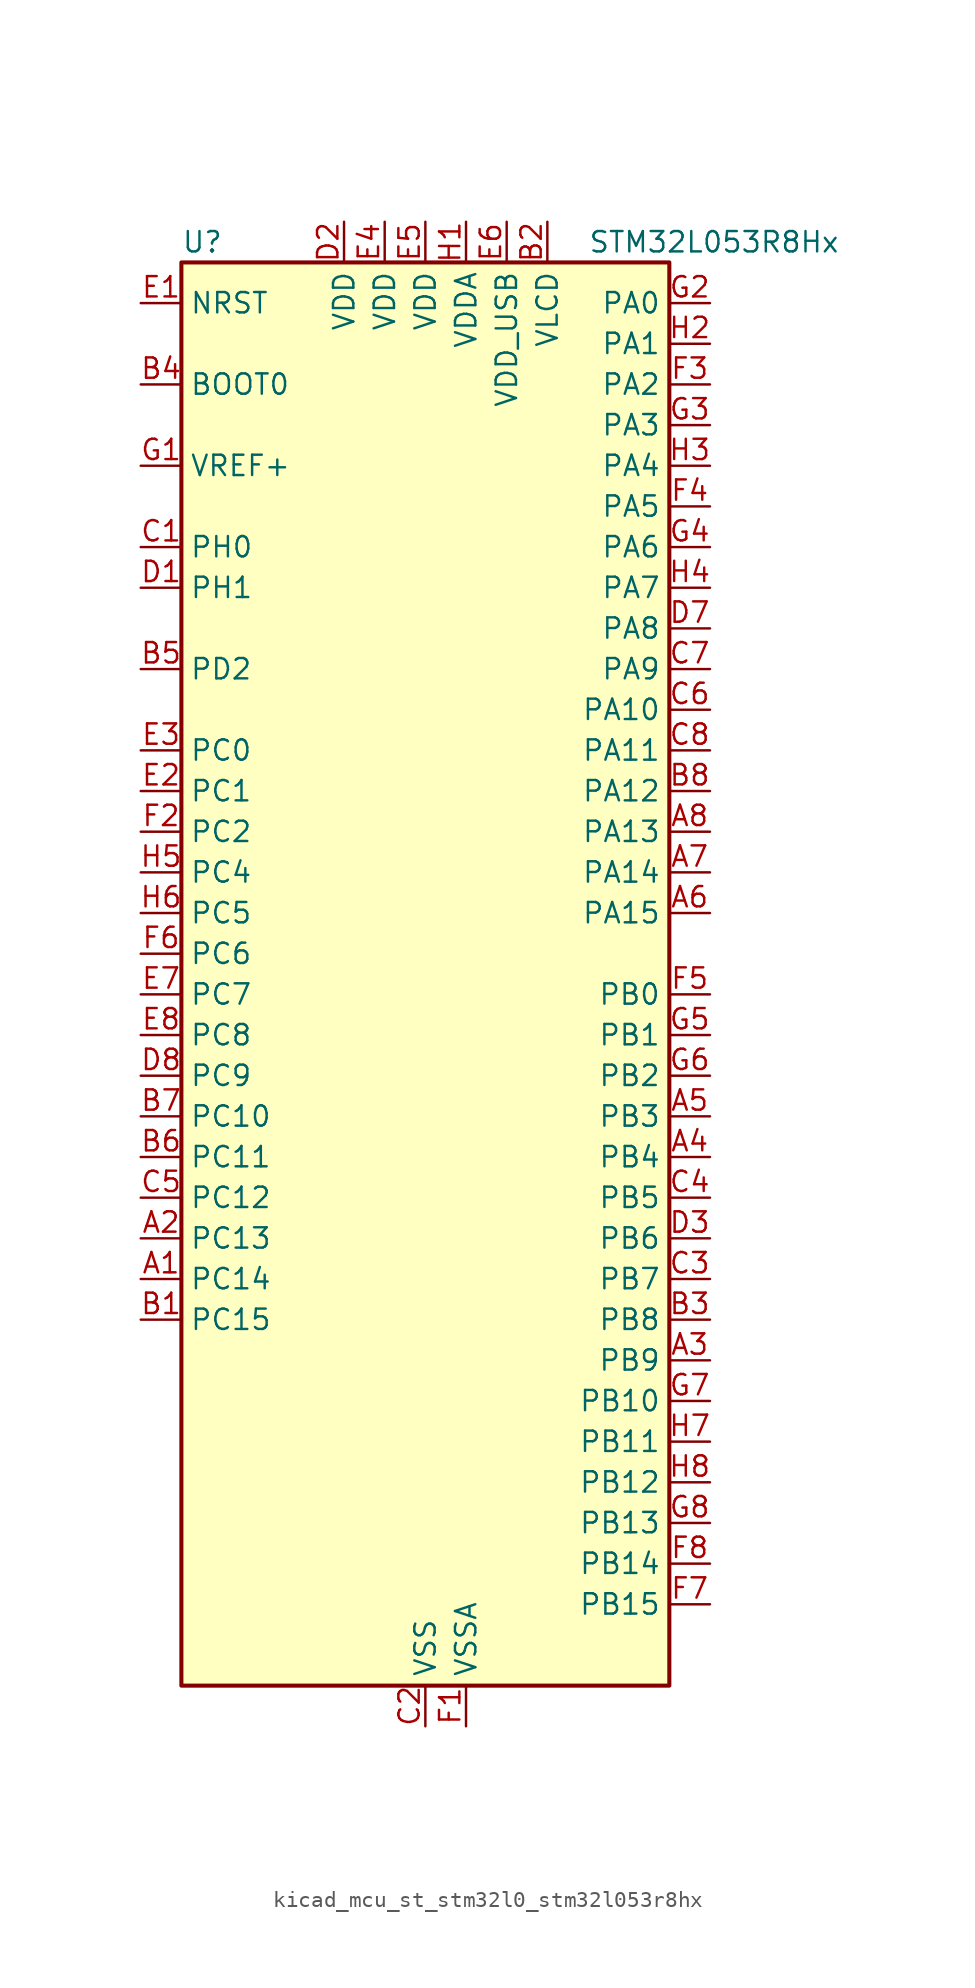
<source format=kicad_sym>
(kicad_symbol_lib
  (version 20220914)
  (generator kicad_symbol_editor)
  (symbol "kicad_mcu_st_stm32l0_stm32l053r8hx"
    (property "Reference" "U"
      (at -15.24 46.99 0)
      (effects (font (size 1.27 1.27)) (justify left)))
    (property "Value" "STM32L053R8Hx"
      (at 10.16 46.99 0)
      (effects (font (size 1.27 1.27)) (justify left)))
    (property "ki_locked" ""
      (at 0 0 0)
      (effects (font (size 1.27 1.27))))
    (symbol "kicad_mcu_st_stm32l0_stm32l053r8hx_0_1"
      (rectangle (start -15.24 -43.18) (end 15.24 45.72) (stroke (width 0.254) (type default)) (fill (type background))))
    (symbol "kicad_mcu_st_stm32l0_stm32l053r8hx_1_1"
      (pin bidirectional line (at -17.78 -17.78 0) (length 2.54) (name "PC14" (effects (font (size 1.27 1.27)))) (number "A1" (effects (font (size 1.27 1.27)))) (alternate "RCC_OSC32_IN" bidirectional line))
      (pin bidirectional line (at -17.78 -15.24 0) (length 2.54) (name "PC13" (effects (font (size 1.27 1.27)))) (number "A2" (effects (font (size 1.27 1.27)))) (alternate "RTC_OUT_ALARM" bidirectional line) (alternate "RTC_OUT_CALIB" bidirectional line) (alternate "RTC_TAMP1" bidirectional line) (alternate "RTC_TS" bidirectional line) (alternate "SYS_WKUP2" bidirectional line))
      (pin bidirectional line (at 17.78 -22.86 180) (length 2.54) (name "PB9" (effects (font (size 1.27 1.27)))) (number "A3" (effects (font (size 1.27 1.27)))) (alternate "DAC_EXTI9" bidirectional line) (alternate "I2C1_SDA" bidirectional line) (alternate "I2S2_WS" bidirectional line) (alternate "LCD_COM3" bidirectional line) (alternate "SPI2_NSS" bidirectional line))
      (pin bidirectional line (at 17.78 -10.16 180) (length 2.54) (name "PB4" (effects (font (size 1.27 1.27)))) (number "A4" (effects (font (size 1.27 1.27)))) (alternate "COMP2_INP" bidirectional line) (alternate "LCD_SEG8" bidirectional line) (alternate "SPI1_MISO" bidirectional line) (alternate "TIM22_CH1" bidirectional line) (alternate "TSC_G5_IO2" bidirectional line))
      (pin bidirectional line (at 17.78 -7.62 180) (length 2.54) (name "PB3" (effects (font (size 1.27 1.27)))) (number "A5" (effects (font (size 1.27 1.27)))) (alternate "COMP2_INM" bidirectional line) (alternate "LCD_SEG7" bidirectional line) (alternate "SPI1_SCK" bidirectional line) (alternate "TIM2_CH2" bidirectional line) (alternate "TSC_G5_IO1" bidirectional line))
      (pin bidirectional line (at 17.78 5.08 180) (length 2.54) (name "PA15" (effects (font (size 1.27 1.27)))) (number "A6" (effects (font (size 1.27 1.27)))) (alternate "LCD_SEG17" bidirectional line) (alternate "SPI1_NSS" bidirectional line) (alternate "TIM2_CH1" bidirectional line) (alternate "TIM2_ETR" bidirectional line) (alternate "USART2_RX" bidirectional line))
      (pin bidirectional line (at 17.78 7.62 180) (length 2.54) (name "PA14" (effects (font (size 1.27 1.27)))) (number "A7" (effects (font (size 1.27 1.27)))) (alternate "SYS_SWCLK" bidirectional line) (alternate "USART2_TX" bidirectional line))
      (pin bidirectional line (at 17.78 10.16 180) (length 2.54) (name "PA13" (effects (font (size 1.27 1.27)))) (number "A8" (effects (font (size 1.27 1.27)))) (alternate "SYS_SWDIO" bidirectional line) (alternate "USB_NOE" bidirectional line))
      (pin bidirectional line (at -17.78 -20.32 0) (length 2.54) (name "PC15" (effects (font (size 1.27 1.27)))) (number "B1" (effects (font (size 1.27 1.27)))) (alternate "RCC_OSC32_OUT" bidirectional line))
      (pin power_in line (at 7.62 48.26 270) (length 2.54) (name "VLCD" (effects (font (size 1.27 1.27)))) (number "B2" (effects (font (size 1.27 1.27)))))
      (pin bidirectional line (at 17.78 -20.32 180) (length 2.54) (name "PB8" (effects (font (size 1.27 1.27)))) (number "B3" (effects (font (size 1.27 1.27)))) (alternate "I2C1_SCL" bidirectional line) (alternate "LCD_SEG16" bidirectional line) (alternate "TSC_SYNC" bidirectional line))
      (pin input line (at -17.78 38.1 0) (length 2.54) (name "BOOT0" (effects (font (size 1.27 1.27)))) (number "B4" (effects (font (size 1.27 1.27)))))
      (pin bidirectional line (at -17.78 20.32 0) (length 2.54) (name "PD2" (effects (font (size 1.27 1.27)))) (number "B5" (effects (font (size 1.27 1.27)))) (alternate "LCD_COM7" bidirectional line) (alternate "LCD_SEG31" bidirectional line) (alternate "LPUART1_DE" bidirectional line) (alternate "LPUART1_RTS" bidirectional line))
      (pin bidirectional line (at -17.78 -10.16 0) (length 2.54) (name "PC11" (effects (font (size 1.27 1.27)))) (number "B6" (effects (font (size 1.27 1.27)))) (alternate "ADC_EXTI11" bidirectional line) (alternate "LCD_COM5" bidirectional line) (alternate "LCD_SEG29" bidirectional line) (alternate "LPUART1_RX" bidirectional line))
      (pin bidirectional line (at -17.78 -7.62 0) (length 2.54) (name "PC10" (effects (font (size 1.27 1.27)))) (number "B7" (effects (font (size 1.27 1.27)))) (alternate "LCD_COM4" bidirectional line) (alternate "LCD_SEG28" bidirectional line) (alternate "LPUART1_TX" bidirectional line))
      (pin bidirectional line (at 17.78 12.7 180) (length 2.54) (name "PA12" (effects (font (size 1.27 1.27)))) (number "B8" (effects (font (size 1.27 1.27)))) (alternate "COMP2_OUT" bidirectional line) (alternate "SPI1_MOSI" bidirectional line) (alternate "TSC_G4_IO4" bidirectional line) (alternate "USART1_DE" bidirectional line) (alternate "USART1_RTS" bidirectional line) (alternate "USB_DP" bidirectional line))
      (pin bidirectional line (at -17.78 27.94 0) (length 2.54) (name "PH0" (effects (font (size 1.27 1.27)))) (number "C1" (effects (font (size 1.27 1.27)))) (alternate "CRS_SYNC" bidirectional line) (alternate "RCC_OSC_IN" bidirectional line))
      (pin power_in line (at 0 -45.72 90) (length 2.54) (name "VSS" (effects (font (size 1.27 1.27)))) (number "C2" (effects (font (size 1.27 1.27)))))
      (pin bidirectional line (at 17.78 -17.78 180) (length 2.54) (name "PB7" (effects (font (size 1.27 1.27)))) (number "C3" (effects (font (size 1.27 1.27)))) (alternate "COMP2_INP" bidirectional line) (alternate "I2C1_SDA" bidirectional line) (alternate "LPTIM1_IN2" bidirectional line) (alternate "SYS_PVD_IN" bidirectional line) (alternate "TSC_G5_IO4" bidirectional line) (alternate "USART1_RX" bidirectional line))
      (pin bidirectional line (at 17.78 -12.7 180) (length 2.54) (name "PB5" (effects (font (size 1.27 1.27)))) (number "C4" (effects (font (size 1.27 1.27)))) (alternate "COMP2_INP" bidirectional line) (alternate "I2C1_SMBA" bidirectional line) (alternate "LCD_SEG9" bidirectional line) (alternate "LPTIM1_IN1" bidirectional line) (alternate "SPI1_MOSI" bidirectional line) (alternate "TIM22_CH2" bidirectional line))
      (pin bidirectional line (at -17.78 -12.7 0) (length 2.54) (name "PC12" (effects (font (size 1.27 1.27)))) (number "C5" (effects (font (size 1.27 1.27)))) (alternate "LCD_COM6" bidirectional line) (alternate "LCD_SEG30" bidirectional line))
      (pin bidirectional line (at 17.78 17.78 180) (length 2.54) (name "PA10" (effects (font (size 1.27 1.27)))) (number "C6" (effects (font (size 1.27 1.27)))) (alternate "LCD_COM2" bidirectional line) (alternate "TSC_G4_IO2" bidirectional line) (alternate "USART1_RX" bidirectional line))
      (pin bidirectional line (at 17.78 20.32 180) (length 2.54) (name "PA9" (effects (font (size 1.27 1.27)))) (number "C7" (effects (font (size 1.27 1.27)))) (alternate "DAC_EXTI9" bidirectional line) (alternate "LCD_COM1" bidirectional line) (alternate "RCC_MCO" bidirectional line) (alternate "TSC_G4_IO1" bidirectional line) (alternate "USART1_TX" bidirectional line))
      (pin bidirectional line (at 17.78 15.24 180) (length 2.54) (name "PA11" (effects (font (size 1.27 1.27)))) (number "C8" (effects (font (size 1.27 1.27)))) (alternate "ADC_EXTI11" bidirectional line) (alternate "COMP1_OUT" bidirectional line) (alternate "SPI1_MISO" bidirectional line) (alternate "TSC_G4_IO3" bidirectional line) (alternate "USART1_CTS" bidirectional line) (alternate "USB_DM" bidirectional line))
      (pin bidirectional line (at -17.78 25.4 0) (length 2.54) (name "PH1" (effects (font (size 1.27 1.27)))) (number "D1" (effects (font (size 1.27 1.27)))) (alternate "RCC_OSC_OUT" bidirectional line))
      (pin power_in line (at -5.08 48.26 270) (length 2.54) (name "VDD" (effects (font (size 1.27 1.27)))) (number "D2" (effects (font (size 1.27 1.27)))))
      (pin bidirectional line (at 17.78 -15.24 180) (length 2.54) (name "PB6" (effects (font (size 1.27 1.27)))) (number "D3" (effects (font (size 1.27 1.27)))) (alternate "COMP2_INP" bidirectional line) (alternate "I2C1_SCL" bidirectional line) (alternate "LPTIM1_ETR" bidirectional line) (alternate "TSC_G5_IO3" bidirectional line) (alternate "USART1_TX" bidirectional line))
      (pin passive line (at 0 -45.72 90) (length 2.54) hide (name "VSS" (effects (font (size 1.27 1.27)))) (number "D4" (effects (font (size 1.27 1.27)))))
      (pin passive line (at 0 -45.72 90) (length 2.54) hide (name "VSS" (effects (font (size 1.27 1.27)))) (number "D5" (effects (font (size 1.27 1.27)))))
      (pin passive line (at 0 -45.72 90) (length 2.54) hide (name "VSS" (effects (font (size 1.27 1.27)))) (number "D6" (effects (font (size 1.27 1.27)))))
      (pin bidirectional line (at 17.78 22.86 180) (length 2.54) (name "PA8" (effects (font (size 1.27 1.27)))) (number "D7" (effects (font (size 1.27 1.27)))) (alternate "CRS_SYNC" bidirectional line) (alternate "LCD_COM0" bidirectional line) (alternate "RCC_MCO" bidirectional line) (alternate "USART1_CK" bidirectional line))
      (pin bidirectional line (at -17.78 -5.08 0) (length 2.54) (name "PC9" (effects (font (size 1.27 1.27)))) (number "D8" (effects (font (size 1.27 1.27)))) (alternate "DAC_EXTI9" bidirectional line) (alternate "LCD_SEG27" bidirectional line) (alternate "TIM21_ETR" bidirectional line) (alternate "TSC_G8_IO4" bidirectional line) (alternate "USB_NOE" bidirectional line))
      (pin input line (at -17.78 43.18 0) (length 2.54) (name "NRST" (effects (font (size 1.27 1.27)))) (number "E1" (effects (font (size 1.27 1.27)))))
      (pin bidirectional line (at -17.78 12.7 0) (length 2.54) (name "PC1" (effects (font (size 1.27 1.27)))) (number "E2" (effects (font (size 1.27 1.27)))) (alternate "ADC_IN11" bidirectional line) (alternate "LCD_SEG19" bidirectional line) (alternate "LPTIM1_OUT" bidirectional line) (alternate "TSC_G7_IO2" bidirectional line))
      (pin bidirectional line (at -17.78 15.24 0) (length 2.54) (name "PC0" (effects (font (size 1.27 1.27)))) (number "E3" (effects (font (size 1.27 1.27)))) (alternate "ADC_IN10" bidirectional line) (alternate "LCD_SEG18" bidirectional line) (alternate "LPTIM1_IN1" bidirectional line) (alternate "TSC_G7_IO1" bidirectional line))
      (pin power_in line (at -2.54 48.26 270) (length 2.54) (name "VDD" (effects (font (size 1.27 1.27)))) (number "E4" (effects (font (size 1.27 1.27)))))
      (pin power_in line (at 0 48.26 270) (length 2.54) (name "VDD" (effects (font (size 1.27 1.27)))) (number "E5" (effects (font (size 1.27 1.27)))))
      (pin power_in line (at 5.08 48.26 270) (length 2.54) (name "VDD_USB" (effects (font (size 1.27 1.27)))) (number "E6" (effects (font (size 1.27 1.27)))))
      (pin bidirectional line (at -17.78 0 0) (length 2.54) (name "PC7" (effects (font (size 1.27 1.27)))) (number "E7" (effects (font (size 1.27 1.27)))) (alternate "LCD_SEG25" bidirectional line) (alternate "TIM22_CH2" bidirectional line) (alternate "TSC_G8_IO2" bidirectional line))
      (pin bidirectional line (at -17.78 -2.54 0) (length 2.54) (name "PC8" (effects (font (size 1.27 1.27)))) (number "E8" (effects (font (size 1.27 1.27)))) (alternate "LCD_SEG26" bidirectional line) (alternate "TIM22_ETR" bidirectional line) (alternate "TSC_G8_IO3" bidirectional line))
      (pin power_in line (at 2.54 -45.72 90) (length 2.54) (name "VSSA" (effects (font (size 1.27 1.27)))) (number "F1" (effects (font (size 1.27 1.27)))))
      (pin bidirectional line (at -17.78 10.16 0) (length 2.54) (name "PC2" (effects (font (size 1.27 1.27)))) (number "F2" (effects (font (size 1.27 1.27)))) (alternate "ADC_IN12" bidirectional line) (alternate "I2S2_MCK" bidirectional line) (alternate "LCD_SEG20" bidirectional line) (alternate "LPTIM1_IN2" bidirectional line) (alternate "SPI2_MISO" bidirectional line) (alternate "TSC_G7_IO3" bidirectional line))
      (pin bidirectional line (at 17.78 38.1 180) (length 2.54) (name "PA2" (effects (font (size 1.27 1.27)))) (number "F3" (effects (font (size 1.27 1.27)))) (alternate "ADC_IN2" bidirectional line) (alternate "COMP2_INM" bidirectional line) (alternate "COMP2_OUT" bidirectional line) (alternate "LCD_SEG1" bidirectional line) (alternate "TIM21_CH1" bidirectional line) (alternate "TIM2_CH3" bidirectional line) (alternate "TSC_G1_IO3" bidirectional line) (alternate "USART2_TX" bidirectional line))
      (pin bidirectional line (at 17.78 30.48 180) (length 2.54) (name "PA5" (effects (font (size 1.27 1.27)))) (number "F4" (effects (font (size 1.27 1.27)))) (alternate "ADC_IN5" bidirectional line) (alternate "COMP1_INM" bidirectional line) (alternate "COMP2_INM" bidirectional line) (alternate "SPI1_SCK" bidirectional line) (alternate "TIM2_CH1" bidirectional line) (alternate "TIM2_ETR" bidirectional line) (alternate "TSC_G2_IO2" bidirectional line))
      (pin bidirectional line (at 17.78 0 180) (length 2.54) (name "PB0" (effects (font (size 1.27 1.27)))) (number "F5" (effects (font (size 1.27 1.27)))) (alternate "ADC_IN8" bidirectional line) (alternate "LCD_SEG5" bidirectional line) (alternate "LCD_VLCD3" bidirectional line) (alternate "SYS_VREF_OUT_PB0" bidirectional line) (alternate "TSC_G3_IO2" bidirectional line))
      (pin bidirectional line (at -17.78 2.54 0) (length 2.54) (name "PC6" (effects (font (size 1.27 1.27)))) (number "F6" (effects (font (size 1.27 1.27)))) (alternate "LCD_SEG24" bidirectional line) (alternate "TIM22_CH1" bidirectional line) (alternate "TSC_G8_IO1" bidirectional line))
      (pin bidirectional line (at 17.78 -38.1 180) (length 2.54) (name "PB15" (effects (font (size 1.27 1.27)))) (number "F7" (effects (font (size 1.27 1.27)))) (alternate "I2S2_SD" bidirectional line) (alternate "LCD_SEG15" bidirectional line) (alternate "RTC_REFIN" bidirectional line) (alternate "SPI2_MOSI" bidirectional line))
      (pin bidirectional line (at 17.78 -35.56 180) (length 2.54) (name "PB14" (effects (font (size 1.27 1.27)))) (number "F8" (effects (font (size 1.27 1.27)))) (alternate "I2C2_SDA" bidirectional line) (alternate "I2S2_MCK" bidirectional line) (alternate "LCD_SEG14" bidirectional line) (alternate "LPUART1_DE" bidirectional line) (alternate "LPUART1_RTS" bidirectional line) (alternate "RTC_OUT_ALARM" bidirectional line) (alternate "RTC_OUT_CALIB" bidirectional line) (alternate "SPI2_MISO" bidirectional line) (alternate "TIM21_CH2" bidirectional line) (alternate "TSC_G6_IO4" bidirectional line))
      (pin input line (at -17.78 33.02 0) (length 2.54) (name "VREF+" (effects (font (size 1.27 1.27)))) (number "G1" (effects (font (size 1.27 1.27)))))
      (pin bidirectional line (at 17.78 43.18 180) (length 2.54) (name "PA0" (effects (font (size 1.27 1.27)))) (number "G2" (effects (font (size 1.27 1.27)))) (alternate "ADC_IN0" bidirectional line) (alternate "COMP1_INM" bidirectional line) (alternate "COMP1_OUT" bidirectional line) (alternate "RTC_TAMP2" bidirectional line) (alternate "SYS_WKUP1" bidirectional line) (alternate "TIM2_CH1" bidirectional line) (alternate "TIM2_ETR" bidirectional line) (alternate "TSC_G1_IO1" bidirectional line) (alternate "USART2_CTS" bidirectional line))
      (pin bidirectional line (at 17.78 35.56 180) (length 2.54) (name "PA3" (effects (font (size 1.27 1.27)))) (number "G3" (effects (font (size 1.27 1.27)))) (alternate "ADC_IN3" bidirectional line) (alternate "COMP2_INP" bidirectional line) (alternate "LCD_SEG2" bidirectional line) (alternate "TIM21_CH2" bidirectional line) (alternate "TIM2_CH4" bidirectional line) (alternate "TSC_G1_IO4" bidirectional line) (alternate "USART2_RX" bidirectional line))
      (pin bidirectional line (at 17.78 27.94 180) (length 2.54) (name "PA6" (effects (font (size 1.27 1.27)))) (number "G4" (effects (font (size 1.27 1.27)))) (alternate "ADC_IN6" bidirectional line) (alternate "COMP1_OUT" bidirectional line) (alternate "LCD_SEG3" bidirectional line) (alternate "LPUART1_CTS" bidirectional line) (alternate "SPI1_MISO" bidirectional line) (alternate "TIM22_CH1" bidirectional line) (alternate "TSC_G2_IO3" bidirectional line))
      (pin bidirectional line (at 17.78 -2.54 180) (length 2.54) (name "PB1" (effects (font (size 1.27 1.27)))) (number "G5" (effects (font (size 1.27 1.27)))) (alternate "ADC_IN9" bidirectional line) (alternate "LCD_SEG6" bidirectional line) (alternate "LPUART1_DE" bidirectional line) (alternate "LPUART1_RTS" bidirectional line) (alternate "SYS_VREF_OUT_PB1" bidirectional line) (alternate "TSC_G3_IO3" bidirectional line))
      (pin bidirectional line (at 17.78 -5.08 180) (length 2.54) (name "PB2" (effects (font (size 1.27 1.27)))) (number "G6" (effects (font (size 1.27 1.27)))) (alternate "LCD_VLCD1" bidirectional line) (alternate "LPTIM1_OUT" bidirectional line) (alternate "TSC_G3_IO4" bidirectional line))
      (pin bidirectional line (at 17.78 -25.4 180) (length 2.54) (name "PB10" (effects (font (size 1.27 1.27)))) (number "G7" (effects (font (size 1.27 1.27)))) (alternate "I2C2_SCL" bidirectional line) (alternate "LCD_SEG10" bidirectional line) (alternate "LPUART1_TX" bidirectional line) (alternate "SPI2_SCK" bidirectional line) (alternate "TIM2_CH3" bidirectional line) (alternate "TSC_SYNC" bidirectional line))
      (pin bidirectional line (at 17.78 -33.02 180) (length 2.54) (name "PB13" (effects (font (size 1.27 1.27)))) (number "G8" (effects (font (size 1.27 1.27)))) (alternate "I2C2_SCL" bidirectional line) (alternate "I2S2_CK" bidirectional line) (alternate "LCD_SEG13" bidirectional line) (alternate "LPUART1_CTS" bidirectional line) (alternate "SPI2_SCK" bidirectional line) (alternate "TIM21_CH1" bidirectional line) (alternate "TSC_G6_IO3" bidirectional line))
      (pin power_in line (at 2.54 48.26 270) (length 2.54) (name "VDDA" (effects (font (size 1.27 1.27)))) (number "H1" (effects (font (size 1.27 1.27)))))
      (pin bidirectional line (at 17.78 40.64 180) (length 2.54) (name "PA1" (effects (font (size 1.27 1.27)))) (number "H2" (effects (font (size 1.27 1.27)))) (alternate "ADC_IN1" bidirectional line) (alternate "COMP1_INP" bidirectional line) (alternate "LCD_SEG0" bidirectional line) (alternate "TIM21_ETR" bidirectional line) (alternate "TIM2_CH2" bidirectional line) (alternate "TSC_G1_IO2" bidirectional line) (alternate "USART2_DE" bidirectional line) (alternate "USART2_RTS" bidirectional line))
      (pin bidirectional line (at 17.78 33.02 180) (length 2.54) (name "PA4" (effects (font (size 1.27 1.27)))) (number "H3" (effects (font (size 1.27 1.27)))) (alternate "ADC_IN4" bidirectional line) (alternate "COMP1_INM" bidirectional line) (alternate "COMP2_INM" bidirectional line) (alternate "DAC_OUT1" bidirectional line) (alternate "SPI1_NSS" bidirectional line) (alternate "TIM22_ETR" bidirectional line) (alternate "TSC_G2_IO1" bidirectional line) (alternate "USART2_CK" bidirectional line))
      (pin bidirectional line (at 17.78 25.4 180) (length 2.54) (name "PA7" (effects (font (size 1.27 1.27)))) (number "H4" (effects (font (size 1.27 1.27)))) (alternate "ADC_IN7" bidirectional line) (alternate "COMP2_OUT" bidirectional line) (alternate "LCD_SEG4" bidirectional line) (alternate "SPI1_MOSI" bidirectional line) (alternate "TIM22_CH2" bidirectional line) (alternate "TSC_G2_IO4" bidirectional line))
      (pin bidirectional line (at -17.78 7.62 0) (length 2.54) (name "PC4" (effects (font (size 1.27 1.27)))) (number "H5" (effects (font (size 1.27 1.27)))) (alternate "ADC_IN14" bidirectional line) (alternate "LCD_SEG22" bidirectional line) (alternate "LPUART1_TX" bidirectional line))
      (pin bidirectional line (at -17.78 5.08 0) (length 2.54) (name "PC5" (effects (font (size 1.27 1.27)))) (number "H6" (effects (font (size 1.27 1.27)))) (alternate "ADC_IN15" bidirectional line) (alternate "LCD_SEG23" bidirectional line) (alternate "LPUART1_RX" bidirectional line) (alternate "TSC_G3_IO1" bidirectional line))
      (pin bidirectional line (at 17.78 -27.94 180) (length 2.54) (name "PB11" (effects (font (size 1.27 1.27)))) (number "H7" (effects (font (size 1.27 1.27)))) (alternate "ADC_EXTI11" bidirectional line) (alternate "I2C2_SDA" bidirectional line) (alternate "LCD_SEG11" bidirectional line) (alternate "LPUART1_RX" bidirectional line) (alternate "TIM2_CH4" bidirectional line) (alternate "TSC_G6_IO1" bidirectional line))
      (pin bidirectional line (at 17.78 -30.48 180) (length 2.54) (name "PB12" (effects (font (size 1.27 1.27)))) (number "H8" (effects (font (size 1.27 1.27)))) (alternate "I2S2_WS" bidirectional line) (alternate "LCD_SEG12" bidirectional line) (alternate "LCD_VLCD2" bidirectional line) (alternate "LPUART1_DE" bidirectional line) (alternate "LPUART1_RTS" bidirectional line) (alternate "SPI2_NSS" bidirectional line) (alternate "TSC_G6_IO2" bidirectional line)))))
</source>
